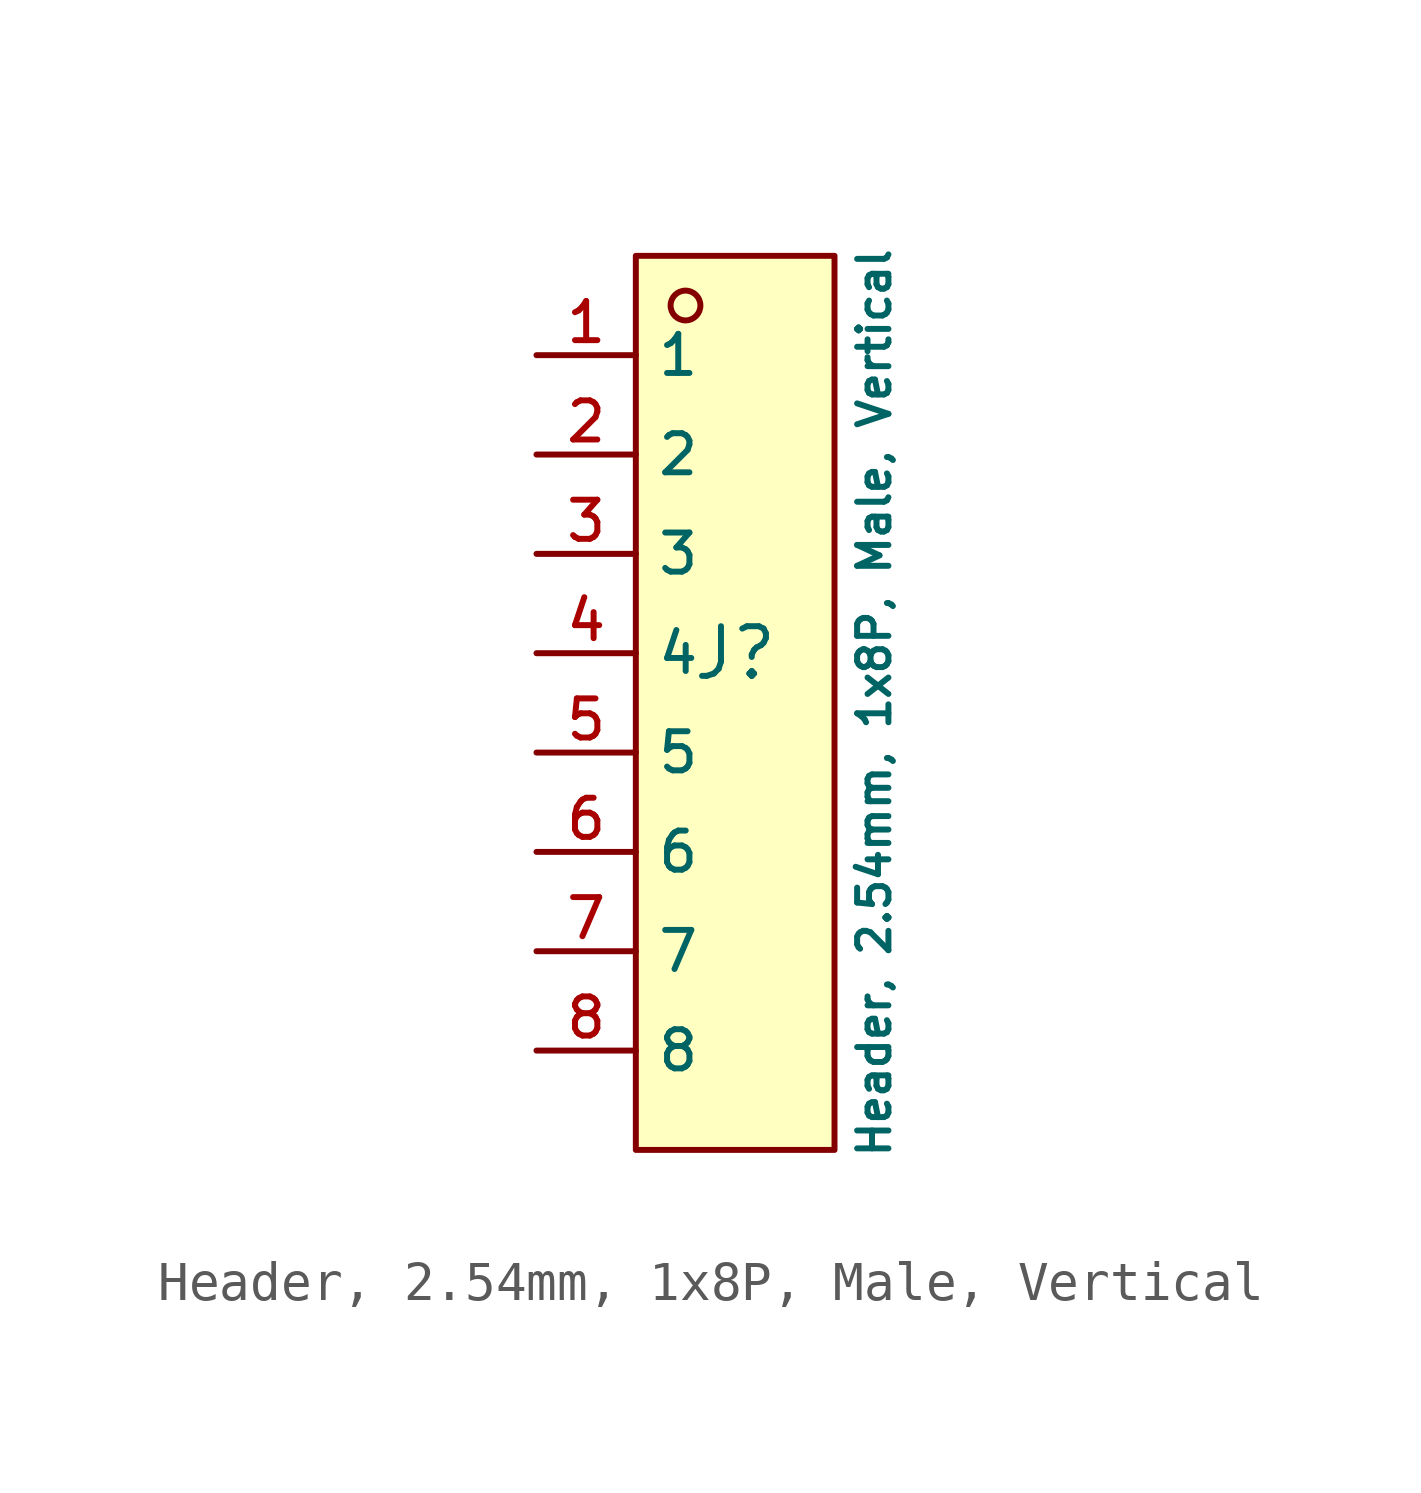
<source format=kicad_sym>
(kicad_symbol_lib
  (version 20231120)
  (generator "CDFER_Archive_Tool")
  (generator_version "0.0")
  (symbol "Header, 2.54mm, 1x8P, Male, Vertical"
    (property "Reference" "J"
      (at 0 2.54 0)
      (effects (font (size 1.27 1.27))))
    (property "Value" "Header, 2.54mm, 1x8P, Male, Vertical"
      (at 3.556 1.27 90)
      (effects (font (size 0.8 0.8))))
    (symbol "Header, 2.54mm, 1x8P, Male, Vertical_0_1"
      (rectangle (start -2.54 12.7) (end 2.54 -10.16) (stroke (width 0) (type default)) (fill (type background)))
      (circle (center -1.27 11.43) (radius 0.381) (stroke (width 0) (type default)) (fill (type background)))
      (pin unspecified line (at -5.08 10.16 0) (length 2.54) (name "1" (effects (font (size 1 1)))) (number "1" (effects (font (size 1 1)))))
      (pin unspecified line (at -5.08 7.62 0) (length 2.54) (name "2" (effects (font (size 1 1)))) (number "2" (effects (font (size 1 1)))))
      (pin unspecified line (at -5.08 5.08 0) (length 2.54) (name "3" (effects (font (size 1 1)))) (number "3" (effects (font (size 1 1)))))
      (pin unspecified line (at -5.08 2.54 0) (length 2.54) (name "4" (effects (font (size 1 1)))) (number "4" (effects (font (size 1 1)))))
      (pin unspecified line (at -5.08 0 0) (length 2.54) (name "5" (effects (font (size 1 1)))) (number "5" (effects (font (size 1 1)))))
      (pin unspecified line (at -5.08 -2.54 0) (length 2.54) (name "6" (effects (font (size 1 1)))) (number "6" (effects (font (size 1 1)))))
      (pin unspecified line (at -5.08 -5.08 0) (length 2.54) (name "7" (effects (font (size 1 1)))) (number "7" (effects (font (size 1 1)))))
      (pin unspecified line (at -5.08 -7.62 0) (length 2.54) (name "8" (effects (font (size 1 1)))) (number "8" (effects (font (size 1 1))))))))
</source>
